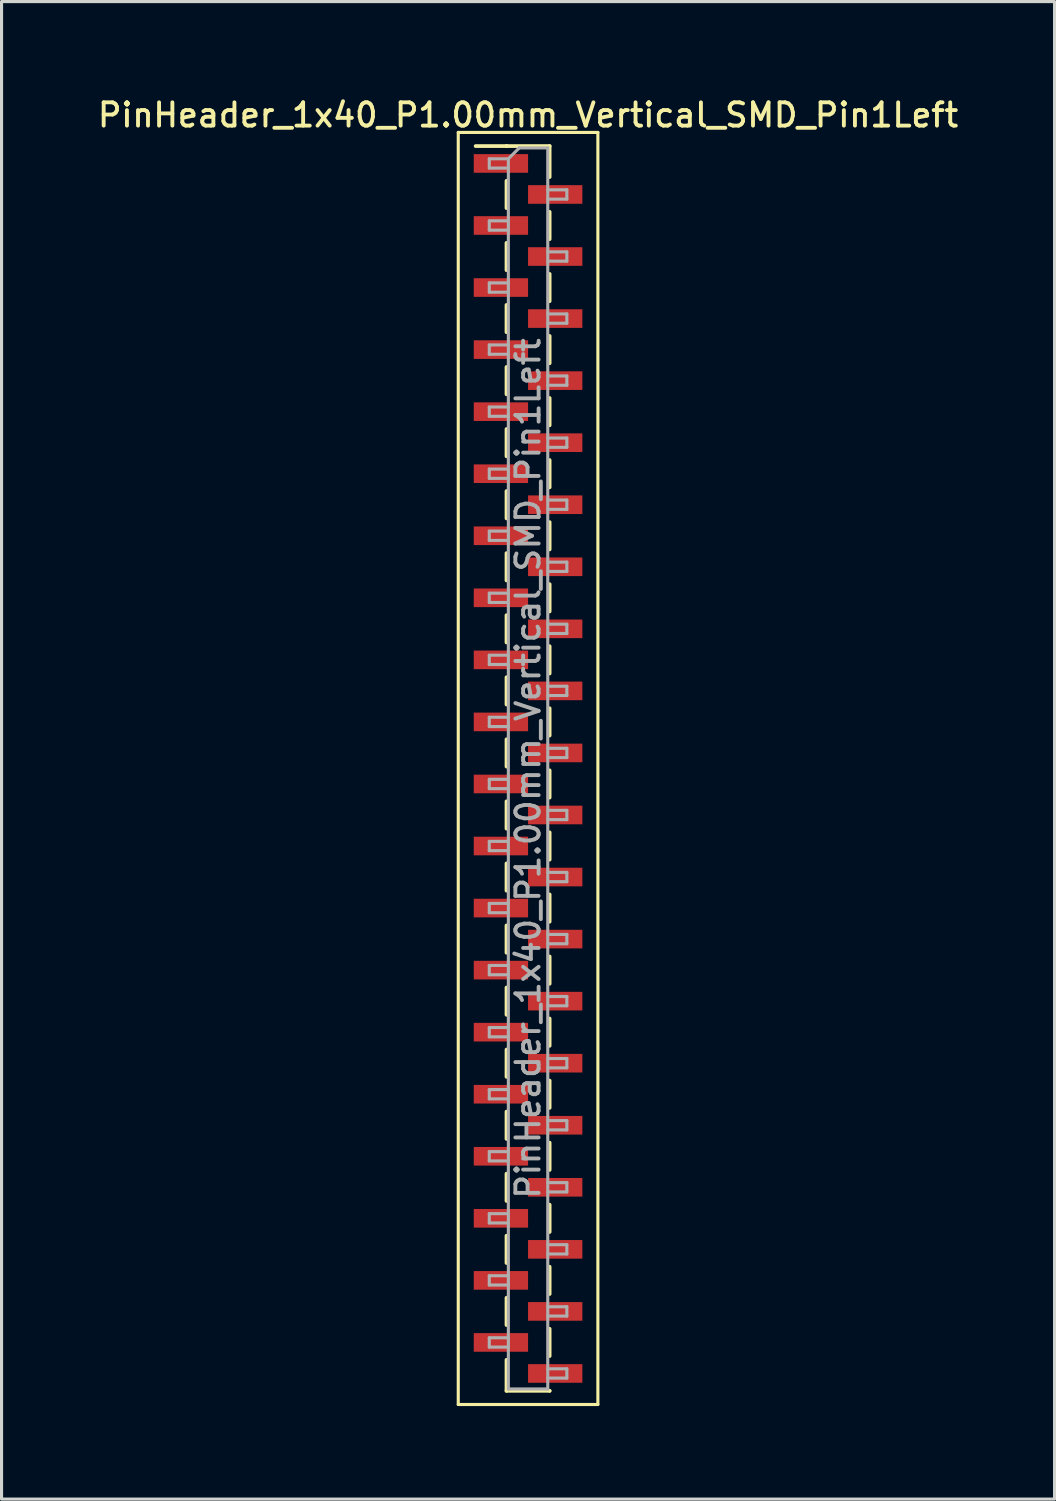
<source format=kicad_pcb>
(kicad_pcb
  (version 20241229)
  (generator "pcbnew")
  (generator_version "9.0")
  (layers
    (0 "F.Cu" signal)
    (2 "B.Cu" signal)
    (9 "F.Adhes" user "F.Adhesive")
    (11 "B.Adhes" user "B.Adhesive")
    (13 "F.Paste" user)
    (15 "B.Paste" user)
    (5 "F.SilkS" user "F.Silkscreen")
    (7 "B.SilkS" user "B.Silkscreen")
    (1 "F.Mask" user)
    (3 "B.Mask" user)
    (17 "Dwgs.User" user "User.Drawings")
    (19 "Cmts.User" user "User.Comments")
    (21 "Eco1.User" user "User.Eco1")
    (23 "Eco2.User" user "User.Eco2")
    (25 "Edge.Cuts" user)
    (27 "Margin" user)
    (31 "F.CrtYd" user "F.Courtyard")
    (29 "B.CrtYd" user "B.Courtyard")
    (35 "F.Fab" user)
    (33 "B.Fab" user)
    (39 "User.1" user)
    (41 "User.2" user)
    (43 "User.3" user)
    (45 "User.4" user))
  (footprint "PinHeader_1x40_P1.00mm_Vertical_SMD_Pin1Left"
    (layer "F.Cu")
    (at 13.97 21.718)
    (property "Reference" "PinHeader_1x40_P1.00mm_Vertical_SMD_Pin1Left" (at 0 -21.06 0) (layer "F.SilkS") (effects (font (size 0.75 0.75) (thickness 0.125))))
    (attr smd)
    (fp_line (start -2.25 -20.5) (end -2.25 20.5) (stroke (width 0.1) (type solid)) (layer "F.SilkS"))
    (fp_line (start -2.25 20.5) (end 2.25 20.5) (stroke (width 0.1) (type solid)) (layer "F.SilkS"))
    (fp_line (start -0.695 -20.06) (end -1.69 -20.06) (stroke (width 0.12) (type solid)) (layer "F.SilkS"))
    (fp_line (start -0.695 -20.06) (end -0.695 -20.06) (stroke (width 0.12) (type solid)) (layer "F.SilkS"))
    (fp_line (start -0.695 -20.06) (end 0.695 -20.06) (stroke (width 0.12) (type solid)) (layer "F.SilkS"))
    (fp_line (start -0.695 -18.94) (end -0.695 -18.06) (stroke (width 0.12) (type solid)) (layer "F.SilkS"))
    (fp_line (start -0.695 -16.94) (end -0.695 -16.06) (stroke (width 0.12) (type solid)) (layer "F.SilkS"))
    (fp_line (start -0.695 -14.94) (end -0.695 -14.06) (stroke (width 0.12) (type solid)) (layer "F.SilkS"))
    (fp_line (start -0.695 -12.94) (end -0.695 -12.06) (stroke (width 0.12) (type solid)) (layer "F.SilkS"))
    (fp_line (start -0.695 -10.94) (end -0.695 -10.06) (stroke (width 0.12) (type solid)) (layer "F.SilkS"))
    (fp_line (start -0.695 -8.94) (end -0.695 -8.06) (stroke (width 0.12) (type solid)) (layer "F.SilkS"))
    (fp_line (start -0.695 -6.94) (end -0.695 -6.06) (stroke (width 0.12) (type solid)) (layer "F.SilkS"))
    (fp_line (start -0.695 -4.94) (end -0.695 -4.06) (stroke (width 0.12) (type solid)) (layer "F.SilkS"))
    (fp_line (start -0.695 -2.94) (end -0.695 -2.06) (stroke (width 0.12) (type solid)) (layer "F.SilkS"))
    (fp_line (start -0.695 -0.94) (end -0.695 -0.06) (stroke (width 0.12) (type solid)) (layer "F.SilkS"))
    (fp_line (start -0.695 1.06) (end -0.695 1.94) (stroke (width 0.12) (type solid)) (layer "F.SilkS"))
    (fp_line (start -0.695 3.06) (end -0.695 3.94) (stroke (width 0.12) (type solid)) (layer "F.SilkS"))
    (fp_line (start -0.695 5.06) (end -0.695 5.94) (stroke (width 0.12) (type solid)) (layer "F.SilkS"))
    (fp_line (start -0.695 7.06) (end -0.695 7.94) (stroke (width 0.12) (type solid)) (layer "F.SilkS"))
    (fp_line (start -0.695 9.06) (end -0.695 9.94) (stroke (width 0.12) (type solid)) (layer "F.SilkS"))
    (fp_line (start -0.695 11.06) (end -0.695 11.94) (stroke (width 0.12) (type solid)) (layer "F.SilkS"))
    (fp_line (start -0.695 13.06) (end -0.695 13.94) (stroke (width 0.12) (type solid)) (layer "F.SilkS"))
    (fp_line (start -0.695 15.06) (end -0.695 15.94) (stroke (width 0.12) (type solid)) (layer "F.SilkS"))
    (fp_line (start -0.695 17.06) (end -0.695 17.94) (stroke (width 0.12) (type solid)) (layer "F.SilkS"))
    (fp_line (start -0.695 19.06) (end -0.695 20.06) (stroke (width 0.12) (type solid)) (layer "F.SilkS"))
    (fp_line (start -0.695 20.06) (end 0.695 20.06) (stroke (width 0.12) (type solid)) (layer "F.SilkS"))
    (fp_line (start 0.695 -20.06) (end 0.695 -19.06) (stroke (width 0.12) (type solid)) (layer "F.SilkS"))
    (fp_line (start 0.695 -17.94) (end 0.695 -17.06) (stroke (width 0.12) (type solid)) (layer "F.SilkS"))
    (fp_line (start 0.695 -15.94) (end 0.695 -15.06) (stroke (width 0.12) (type solid)) (layer "F.SilkS"))
    (fp_line (start 0.695 -13.94) (end 0.695 -13.06) (stroke (width 0.12) (type solid)) (layer "F.SilkS"))
    (fp_line (start 0.695 -11.94) (end 0.695 -11.06) (stroke (width 0.12) (type solid)) (layer "F.SilkS"))
    (fp_line (start 0.695 -9.94) (end 0.695 -9.06) (stroke (width 0.12) (type solid)) (layer "F.SilkS"))
    (fp_line (start 0.695 -7.94) (end 0.695 -7.06) (stroke (width 0.12) (type solid)) (layer "F.SilkS"))
    (fp_line (start 0.695 -5.94) (end 0.695 -5.06) (stroke (width 0.12) (type solid)) (layer "F.SilkS"))
    (fp_line (start 0.695 -3.94) (end 0.695 -3.06) (stroke (width 0.12) (type solid)) (layer "F.SilkS"))
    (fp_line (start 0.695 -1.94) (end 0.695 -1.06) (stroke (width 0.12) (type solid)) (layer "F.SilkS"))
    (fp_line (start 0.695 0.06) (end 0.695 0.94) (stroke (width 0.12) (type solid)) (layer "F.SilkS"))
    (fp_line (start 0.695 2.06) (end 0.695 2.94) (stroke (width 0.12) (type solid)) (layer "F.SilkS"))
    (fp_line (start 0.695 4.06) (end 0.695 4.94) (stroke (width 0.12) (type solid)) (layer "F.SilkS"))
    (fp_line (start 0.695 6.06) (end 0.695 6.94) (stroke (width 0.12) (type solid)) (layer "F.SilkS"))
    (fp_line (start 0.695 8.06) (end 0.695 8.94) (stroke (width 0.12) (type solid)) (layer "F.SilkS"))
    (fp_line (start 0.695 10.06) (end 0.695 10.94) (stroke (width 0.12) (type solid)) (layer "F.SilkS"))
    (fp_line (start 0.695 12.06) (end 0.695 12.94) (stroke (width 0.12) (type solid)) (layer "F.SilkS"))
    (fp_line (start 0.695 14.06) (end 0.695 14.94) (stroke (width 0.12) (type solid)) (layer "F.SilkS"))
    (fp_line (start 0.695 16.06) (end 0.695 16.94) (stroke (width 0.12) (type solid)) (layer "F.SilkS"))
    (fp_line (start 0.695 18.06) (end 0.695 18.94) (stroke (width 0.12) (type solid)) (layer "F.SilkS"))
    (fp_line (start 0.695 20.06) (end 0.695 20.06) (stroke (width 0.12) (type solid)) (layer "F.SilkS"))
    (fp_line (start 2.25 -20.5) (end -2.25 -20.5) (stroke (width 0.1) (type solid)) (layer "F.SilkS"))
    (fp_line (start 2.25 20.5) (end 2.25 -20.5) (stroke (width 0.1) (type solid)) (layer "F.SilkS"))
    (fp_line (start -1.25 -19.65) (end -1.25 -19.35) (stroke (width 0.1) (type solid)) (layer "F.Fab"))
    (fp_line (start -1.25 -19.35) (end -0.635 -19.35) (stroke (width 0.1) (type solid)) (layer "F.Fab"))
    (fp_line (start -1.25 -17.65) (end -1.25 -17.35) (stroke (width 0.1) (type solid)) (layer "F.Fab"))
    (fp_line (start -1.25 -17.35) (end -0.635 -17.35) (stroke (width 0.1) (type solid)) (layer "F.Fab"))
    (fp_line (start -1.25 -15.65) (end -1.25 -15.35) (stroke (width 0.1) (type solid)) (layer "F.Fab"))
    (fp_line (start -1.25 -15.35) (end -0.635 -15.35) (stroke (width 0.1) (type solid)) (layer "F.Fab"))
    (fp_line (start -1.25 -13.65) (end -1.25 -13.35) (stroke (width 0.1) (type solid)) (layer "F.Fab"))
    (fp_line (start -1.25 -13.35) (end -0.635 -13.35) (stroke (width 0.1) (type solid)) (layer "F.Fab"))
    (fp_line (start -1.25 -11.65) (end -1.25 -11.35) (stroke (width 0.1) (type solid)) (layer "F.Fab"))
    (fp_line (start -1.25 -11.35) (end -0.635 -11.35) (stroke (width 0.1) (type solid)) (layer "F.Fab"))
    (fp_line (start -1.25 -9.65) (end -1.25 -9.35) (stroke (width 0.1) (type solid)) (layer "F.Fab"))
    (fp_line (start -1.25 -9.35) (end -0.635 -9.35) (stroke (width 0.1) (type solid)) (layer "F.Fab"))
    (fp_line (start -1.25 -7.65) (end -1.25 -7.35) (stroke (width 0.1) (type solid)) (layer "F.Fab"))
    (fp_line (start -1.25 -7.35) (end -0.635 -7.35) (stroke (width 0.1) (type solid)) (layer "F.Fab"))
    (fp_line (start -1.25 -5.65) (end -1.25 -5.35) (stroke (width 0.1) (type solid)) (layer "F.Fab"))
    (fp_line (start -1.25 -5.35) (end -0.635 -5.35) (stroke (width 0.1) (type solid)) (layer "F.Fab"))
    (fp_line (start -1.25 -3.65) (end -1.25 -3.35) (stroke (width 0.1) (type solid)) (layer "F.Fab"))
    (fp_line (start -1.25 -3.35) (end -0.635 -3.35) (stroke (width 0.1) (type solid)) (layer "F.Fab"))
    (fp_line (start -1.25 -1.65) (end -1.25 -1.35) (stroke (width 0.1) (type solid)) (layer "F.Fab"))
    (fp_line (start -1.25 -1.35) (end -0.635 -1.35) (stroke (width 0.1) (type solid)) (layer "F.Fab"))
    (fp_line (start -1.25 0.35) (end -1.25 0.65) (stroke (width 0.1) (type solid)) (layer "F.Fab"))
    (fp_line (start -1.25 0.65) (end -0.635 0.65) (stroke (width 0.1) (type solid)) (layer "F.Fab"))
    (fp_line (start -1.25 2.35) (end -1.25 2.65) (stroke (width 0.1) (type solid)) (layer "F.Fab"))
    (fp_line (start -1.25 2.65) (end -0.635 2.65) (stroke (width 0.1) (type solid)) (layer "F.Fab"))
    (fp_line (start -1.25 4.35) (end -1.25 4.65) (stroke (width 0.1) (type solid)) (layer "F.Fab"))
    (fp_line (start -1.25 4.65) (end -0.635 4.65) (stroke (width 0.1) (type solid)) (layer "F.Fab"))
    (fp_line (start -1.25 6.35) (end -1.25 6.65) (stroke (width 0.1) (type solid)) (layer "F.Fab"))
    (fp_line (start -1.25 6.65) (end -0.635 6.65) (stroke (width 0.1) (type solid)) (layer "F.Fab"))
    (fp_line (start -1.25 8.35) (end -1.25 8.65) (stroke (width 0.1) (type solid)) (layer "F.Fab"))
    (fp_line (start -1.25 8.65) (end -0.635 8.65) (stroke (width 0.1) (type solid)) (layer "F.Fab"))
    (fp_line (start -1.25 10.35) (end -1.25 10.65) (stroke (width 0.1) (type solid)) (layer "F.Fab"))
    (fp_line (start -1.25 10.65) (end -0.635 10.65) (stroke (width 0.1) (type solid)) (layer "F.Fab"))
    (fp_line (start -1.25 12.35) (end -1.25 12.65) (stroke (width 0.1) (type solid)) (layer "F.Fab"))
    (fp_line (start -1.25 12.65) (end -0.635 12.65) (stroke (width 0.1) (type solid)) (layer "F.Fab"))
    (fp_line (start -1.25 14.35) (end -1.25 14.65) (stroke (width 0.1) (type solid)) (layer "F.Fab"))
    (fp_line (start -1.25 14.65) (end -0.635 14.65) (stroke (width 0.1) (type solid)) (layer "F.Fab"))
    (fp_line (start -1.25 16.35) (end -1.25 16.65) (stroke (width 0.1) (type solid)) (layer "F.Fab"))
    (fp_line (start -1.25 16.65) (end -0.635 16.65) (stroke (width 0.1) (type solid)) (layer "F.Fab"))
    (fp_line (start -1.25 18.35) (end -1.25 18.65) (stroke (width 0.1) (type solid)) (layer "F.Fab"))
    (fp_line (start -1.25 18.65) (end -0.635 18.65) (stroke (width 0.1) (type solid)) (layer "F.Fab"))
    (fp_line (start -0.635 -19.65) (end -1.25 -19.65) (stroke (width 0.1) (type solid)) (layer "F.Fab"))
    (fp_line (start -0.635 -19.65) (end -0.285 -20) (stroke (width 0.1) (type solid)) (layer "F.Fab"))
    (fp_line (start -0.635 -17.65) (end -1.25 -17.65) (stroke (width 0.1) (type solid)) (layer "F.Fab"))
    (fp_line (start -0.635 -15.65) (end -1.25 -15.65) (stroke (width 0.1) (type solid)) (layer "F.Fab"))
    (fp_line (start -0.635 -13.65) (end -1.25 -13.65) (stroke (width 0.1) (type solid)) (layer "F.Fab"))
    (fp_line (start -0.635 -11.65) (end -1.25 -11.65) (stroke (width 0.1) (type solid)) (layer "F.Fab"))
    (fp_line (start -0.635 -9.65) (end -1.25 -9.65) (stroke (width 0.1) (type solid)) (layer "F.Fab"))
    (fp_line (start -0.635 -7.65) (end -1.25 -7.65) (stroke (width 0.1) (type solid)) (layer "F.Fab"))
    (fp_line (start -0.635 -5.65) (end -1.25 -5.65) (stroke (width 0.1) (type solid)) (layer "F.Fab"))
    (fp_line (start -0.635 -3.65) (end -1.25 -3.65) (stroke (width 0.1) (type solid)) (layer "F.Fab"))
    (fp_line (start -0.635 -1.65) (end -1.25 -1.65) (stroke (width 0.1) (type solid)) (layer "F.Fab"))
    (fp_line (start -0.635 0.35) (end -1.25 0.35) (stroke (width 0.1) (type solid)) (layer "F.Fab"))
    (fp_line (start -0.635 2.35) (end -1.25 2.35) (stroke (width 0.1) (type solid)) (layer "F.Fab"))
    (fp_line (start -0.635 4.35) (end -1.25 4.35) (stroke (width 0.1) (type solid)) (layer "F.Fab"))
    (fp_line (start -0.635 6.35) (end -1.25 6.35) (stroke (width 0.1) (type solid)) (layer "F.Fab"))
    (fp_line (start -0.635 8.35) (end -1.25 8.35) (stroke (width 0.1) (type solid)) (layer "F.Fab"))
    (fp_line (start -0.635 10.35) (end -1.25 10.35) (stroke (width 0.1) (type solid)) (layer "F.Fab"))
    (fp_line (start -0.635 12.35) (end -1.25 12.35) (stroke (width 0.1) (type solid)) (layer "F.Fab"))
    (fp_line (start -0.635 14.35) (end -1.25 14.35) (stroke (width 0.1) (type solid)) (layer "F.Fab"))
    (fp_line (start -0.635 16.35) (end -1.25 16.35) (stroke (width 0.1) (type solid)) (layer "F.Fab"))
    (fp_line (start -0.635 18.35) (end -1.25 18.35) (stroke (width 0.1) (type solid)) (layer "F.Fab"))
    (fp_line (start -0.635 20) (end -0.635 -19.65) (stroke (width 0.1) (type solid)) (layer "F.Fab"))
    (fp_line (start -0.285 -20) (end 0.635 -20) (stroke (width 0.1) (type solid)) (layer "F.Fab"))
    (fp_line (start 0.635 -20) (end 0.635 20) (stroke (width 0.1) (type solid)) (layer "F.Fab"))
    (fp_line (start 0.635 -18.65) (end 1.25 -18.65) (stroke (width 0.1) (type solid)) (layer "F.Fab"))
    (fp_line (start 0.635 -16.65) (end 1.25 -16.65) (stroke (width 0.1) (type solid)) (layer "F.Fab"))
    (fp_line (start 0.635 -14.65) (end 1.25 -14.65) (stroke (width 0.1) (type solid)) (layer "F.Fab"))
    (fp_line (start 0.635 -12.65) (end 1.25 -12.65) (stroke (width 0.1) (type solid)) (layer "F.Fab"))
    (fp_line (start 0.635 -10.65) (end 1.25 -10.65) (stroke (width 0.1) (type solid)) (layer "F.Fab"))
    (fp_line (start 0.635 -8.65) (end 1.25 -8.65) (stroke (width 0.1) (type solid)) (layer "F.Fab"))
    (fp_line (start 0.635 -6.65) (end 1.25 -6.65) (stroke (width 0.1) (type solid)) (layer "F.Fab"))
    (fp_line (start 0.635 -4.65) (end 1.25 -4.65) (stroke (width 0.1) (type solid)) (layer "F.Fab"))
    (fp_line (start 0.635 -2.65) (end 1.25 -2.65) (stroke (width 0.1) (type solid)) (layer "F.Fab"))
    (fp_line (start 0.635 -0.65) (end 1.25 -0.65) (stroke (width 0.1) (type solid)) (layer "F.Fab"))
    (fp_line (start 0.635 1.35) (end 1.25 1.35) (stroke (width 0.1) (type solid)) (layer "F.Fab"))
    (fp_line (start 0.635 3.35) (end 1.25 3.35) (stroke (width 0.1) (type solid)) (layer "F.Fab"))
    (fp_line (start 0.635 5.35) (end 1.25 5.35) (stroke (width 0.1) (type solid)) (layer "F.Fab"))
    (fp_line (start 0.635 7.35) (end 1.25 7.35) (stroke (width 0.1) (type solid)) (layer "F.Fab"))
    (fp_line (start 0.635 9.35) (end 1.25 9.35) (stroke (width 0.1) (type solid)) (layer "F.Fab"))
    (fp_line (start 0.635 11.35) (end 1.25 11.35) (stroke (width 0.1) (type solid)) (layer "F.Fab"))
    (fp_line (start 0.635 13.35) (end 1.25 13.35) (stroke (width 0.1) (type solid)) (layer "F.Fab"))
    (fp_line (start 0.635 15.35) (end 1.25 15.35) (stroke (width 0.1) (type solid)) (layer "F.Fab"))
    (fp_line (start 0.635 17.35) (end 1.25 17.35) (stroke (width 0.1) (type solid)) (layer "F.Fab"))
    (fp_line (start 0.635 19.35) (end 1.25 19.35) (stroke (width 0.1) (type solid)) (layer "F.Fab"))
    (fp_line (start 0.635 20) (end -0.635 20) (stroke (width 0.1) (type solid)) (layer "F.Fab"))
    (fp_line (start 1.25 -18.65) (end 1.25 -18.35) (stroke (width 0.1) (type solid)) (layer "F.Fab"))
    (fp_line (start 1.25 -18.35) (end 0.635 -18.35) (stroke (width 0.1) (type solid)) (layer "F.Fab"))
    (fp_line (start 1.25 -16.65) (end 1.25 -16.35) (stroke (width 0.1) (type solid)) (layer "F.Fab"))
    (fp_line (start 1.25 -16.35) (end 0.635 -16.35) (stroke (width 0.1) (type solid)) (layer "F.Fab"))
    (fp_line (start 1.25 -14.65) (end 1.25 -14.35) (stroke (width 0.1) (type solid)) (layer "F.Fab"))
    (fp_line (start 1.25 -14.35) (end 0.635 -14.35) (stroke (width 0.1) (type solid)) (layer "F.Fab"))
    (fp_line (start 1.25 -12.65) (end 1.25 -12.35) (stroke (width 0.1) (type solid)) (layer "F.Fab"))
    (fp_line (start 1.25 -12.35) (end 0.635 -12.35) (stroke (width 0.1) (type solid)) (layer "F.Fab"))
    (fp_line (start 1.25 -10.65) (end 1.25 -10.35) (stroke (width 0.1) (type solid)) (layer "F.Fab"))
    (fp_line (start 1.25 -10.35) (end 0.635 -10.35) (stroke (width 0.1) (type solid)) (layer "F.Fab"))
    (fp_line (start 1.25 -8.65) (end 1.25 -8.35) (stroke (width 0.1) (type solid)) (layer "F.Fab"))
    (fp_line (start 1.25 -8.35) (end 0.635 -8.35) (stroke (width 0.1) (type solid)) (layer "F.Fab"))
    (fp_line (start 1.25 -6.65) (end 1.25 -6.35) (stroke (width 0.1) (type solid)) (layer "F.Fab"))
    (fp_line (start 1.25 -6.35) (end 0.635 -6.35) (stroke (width 0.1) (type solid)) (layer "F.Fab"))
    (fp_line (start 1.25 -4.65) (end 1.25 -4.35) (stroke (width 0.1) (type solid)) (layer "F.Fab"))
    (fp_line (start 1.25 -4.35) (end 0.635 -4.35) (stroke (width 0.1) (type solid)) (layer "F.Fab"))
    (fp_line (start 1.25 -2.65) (end 1.25 -2.35) (stroke (width 0.1) (type solid)) (layer "F.Fab"))
    (fp_line (start 1.25 -2.35) (end 0.635 -2.35) (stroke (width 0.1) (type solid)) (layer "F.Fab"))
    (fp_line (start 1.25 -0.65) (end 1.25 -0.35) (stroke (width 0.1) (type solid)) (layer "F.Fab"))
    (fp_line (start 1.25 -0.35) (end 0.635 -0.35) (stroke (width 0.1) (type solid)) (layer "F.Fab"))
    (fp_line (start 1.25 1.35) (end 1.25 1.65) (stroke (width 0.1) (type solid)) (layer "F.Fab"))
    (fp_line (start 1.25 1.65) (end 0.635 1.65) (stroke (width 0.1) (type solid)) (layer "F.Fab"))
    (fp_line (start 1.25 3.35) (end 1.25 3.65) (stroke (width 0.1) (type solid)) (layer "F.Fab"))
    (fp_line (start 1.25 3.65) (end 0.635 3.65) (stroke (width 0.1) (type solid)) (layer "F.Fab"))
    (fp_line (start 1.25 5.35) (end 1.25 5.65) (stroke (width 0.1) (type solid)) (layer "F.Fab"))
    (fp_line (start 1.25 5.65) (end 0.635 5.65) (stroke (width 0.1) (type solid)) (layer "F.Fab"))
    (fp_line (start 1.25 7.35) (end 1.25 7.65) (stroke (width 0.1) (type solid)) (layer "F.Fab"))
    (fp_line (start 1.25 7.65) (end 0.635 7.65) (stroke (width 0.1) (type solid)) (layer "F.Fab"))
    (fp_line (start 1.25 9.35) (end 1.25 9.65) (stroke (width 0.1) (type solid)) (layer "F.Fab"))
    (fp_line (start 1.25 9.65) (end 0.635 9.65) (stroke (width 0.1) (type solid)) (layer "F.Fab"))
    (fp_line (start 1.25 11.35) (end 1.25 11.65) (stroke (width 0.1) (type solid)) (layer "F.Fab"))
    (fp_line (start 1.25 11.65) (end 0.635 11.65) (stroke (width 0.1) (type solid)) (layer "F.Fab"))
    (fp_line (start 1.25 13.35) (end 1.25 13.65) (stroke (width 0.1) (type solid)) (layer "F.Fab"))
    (fp_line (start 1.25 13.65) (end 0.635 13.65) (stroke (width 0.1) (type solid)) (layer "F.Fab"))
    (fp_line (start 1.25 15.35) (end 1.25 15.65) (stroke (width 0.1) (type solid)) (layer "F.Fab"))
    (fp_line (start 1.25 15.65) (end 0.635 15.65) (stroke (width 0.1) (type solid)) (layer "F.Fab"))
    (fp_line (start 1.25 17.35) (end 1.25 17.65) (stroke (width 0.1) (type solid)) (layer "F.Fab"))
    (fp_line (start 1.25 17.65) (end 0.635 17.65) (stroke (width 0.1) (type solid)) (layer "F.Fab"))
    (fp_line (start 1.25 19.35) (end 1.25 19.65) (stroke (width 0.1) (type solid)) (layer "F.Fab"))
    (fp_line (start 1.25 19.65) (end 0.635 19.65) (stroke (width 0.1) (type solid)) (layer "F.Fab"))
    (fp_text user "${REFERENCE}" (at 0 0 90) (layer "F.Fab") (effects (font (size 0.75 0.75) (thickness 0.125))))
    (pad "1" smd rect (at -0.875 -19.5) (size 1.75 0.6) (layers "F.Cu" "F.Mask" "F.Paste"))
    (pad "2" smd rect (at 0.875 -18.5) (size 1.75 0.6) (layers "F.Cu" "F.Mask" "F.Paste"))
    (pad "3" smd rect (at -0.875 -17.5) (size 1.75 0.6) (layers "F.Cu" "F.Mask" "F.Paste"))
    (pad "4" smd rect (at 0.875 -16.5) (size 1.75 0.6) (layers "F.Cu" "F.Mask" "F.Paste"))
    (pad "5" smd rect (at -0.875 -15.5) (size 1.75 0.6) (layers "F.Cu" "F.Mask" "F.Paste"))
    (pad "6" smd rect (at 0.875 -14.5) (size 1.75 0.6) (layers "F.Cu" "F.Mask" "F.Paste"))
    (pad "7" smd rect (at -0.875 -13.5) (size 1.75 0.6) (layers "F.Cu" "F.Mask" "F.Paste"))
    (pad "8" smd rect (at 0.875 -12.5) (size 1.75 0.6) (layers "F.Cu" "F.Mask" "F.Paste"))
    (pad "9" smd rect (at -0.875 -11.5) (size 1.75 0.6) (layers "F.Cu" "F.Mask" "F.Paste"))
    (pad "10" smd rect (at 0.875 -10.5) (size 1.75 0.6) (layers "F.Cu" "F.Mask" "F.Paste"))
    (pad "11" smd rect (at -0.875 -9.5) (size 1.75 0.6) (layers "F.Cu" "F.Mask" "F.Paste"))
    (pad "12" smd rect (at 0.875 -8.5) (size 1.75 0.6) (layers "F.Cu" "F.Mask" "F.Paste"))
    (pad "13" smd rect (at -0.875 -7.5) (size 1.75 0.6) (layers "F.Cu" "F.Mask" "F.Paste"))
    (pad "14" smd rect (at 0.875 -6.5) (size 1.75 0.6) (layers "F.Cu" "F.Mask" "F.Paste"))
    (pad "15" smd rect (at -0.875 -5.5) (size 1.75 0.6) (layers "F.Cu" "F.Mask" "F.Paste"))
    (pad "16" smd rect (at 0.875 -4.5) (size 1.75 0.6) (layers "F.Cu" "F.Mask" "F.Paste"))
    (pad "17" smd rect (at -0.875 -3.5) (size 1.75 0.6) (layers "F.Cu" "F.Mask" "F.Paste"))
    (pad "18" smd rect (at 0.875 -2.5) (size 1.75 0.6) (layers "F.Cu" "F.Mask" "F.Paste"))
    (pad "19" smd rect (at -0.875 -1.5) (size 1.75 0.6) (layers "F.Cu" "F.Mask" "F.Paste"))
    (pad "20" smd rect (at 0.875 -0.5) (size 1.75 0.6) (layers "F.Cu" "F.Mask" "F.Paste"))
    (pad "21" smd rect (at -0.875 0.5) (size 1.75 0.6) (layers "F.Cu" "F.Mask" "F.Paste"))
    (pad "22" smd rect (at 0.875 1.5) (size 1.75 0.6) (layers "F.Cu" "F.Mask" "F.Paste"))
    (pad "23" smd rect (at -0.875 2.5) (size 1.75 0.6) (layers "F.Cu" "F.Mask" "F.Paste"))
    (pad "24" smd rect (at 0.875 3.5) (size 1.75 0.6) (layers "F.Cu" "F.Mask" "F.Paste"))
    (pad "25" smd rect (at -0.875 4.5) (size 1.75 0.6) (layers "F.Cu" "F.Mask" "F.Paste"))
    (pad "26" smd rect (at 0.875 5.5) (size 1.75 0.6) (layers "F.Cu" "F.Mask" "F.Paste"))
    (pad "27" smd rect (at -0.875 6.5) (size 1.75 0.6) (layers "F.Cu" "F.Mask" "F.Paste"))
    (pad "28" smd rect (at 0.875 7.5) (size 1.75 0.6) (layers "F.Cu" "F.Mask" "F.Paste"))
    (pad "29" smd rect (at -0.875 8.5) (size 1.75 0.6) (layers "F.Cu" "F.Mask" "F.Paste"))
    (pad "30" smd rect (at 0.875 9.5) (size 1.75 0.6) (layers "F.Cu" "F.Mask" "F.Paste"))
    (pad "31" smd rect (at -0.875 10.5) (size 1.75 0.6) (layers "F.Cu" "F.Mask" "F.Paste"))
    (pad "32" smd rect (at 0.875 11.5) (size 1.75 0.6) (layers "F.Cu" "F.Mask" "F.Paste"))
    (pad "33" smd rect (at -0.875 12.5) (size 1.75 0.6) (layers "F.Cu" "F.Mask" "F.Paste"))
    (pad "34" smd rect (at 0.875 13.5) (size 1.75 0.6) (layers "F.Cu" "F.Mask" "F.Paste"))
    (pad "35" smd rect (at -0.875 14.5) (size 1.75 0.6) (layers "F.Cu" "F.Mask" "F.Paste"))
    (pad "36" smd rect (at 0.875 15.5) (size 1.75 0.6) (layers "F.Cu" "F.Mask" "F.Paste"))
    (pad "37" smd rect (at -0.875 16.5) (size 1.75 0.6) (layers "F.Cu" "F.Mask" "F.Paste"))
    (pad "38" smd rect (at 0.875 17.5) (size 1.75 0.6) (layers "F.Cu" "F.Mask" "F.Paste"))
    (pad "39" smd rect (at -0.875 18.5) (size 1.75 0.6) (layers "F.Cu" "F.Mask" "F.Paste"))
    (pad "40" smd rect (at 0.875 19.5) (size 1.75 0.6) (layers "F.Cu" "F.Mask" "F.Paste")))
  (gr_rect
    (start -3 -3)
    (end 30.939 45.268)
    (stroke (width 0.1) (type default))
    (fill no)
    (layer "Edge.Cuts")))
</source>
